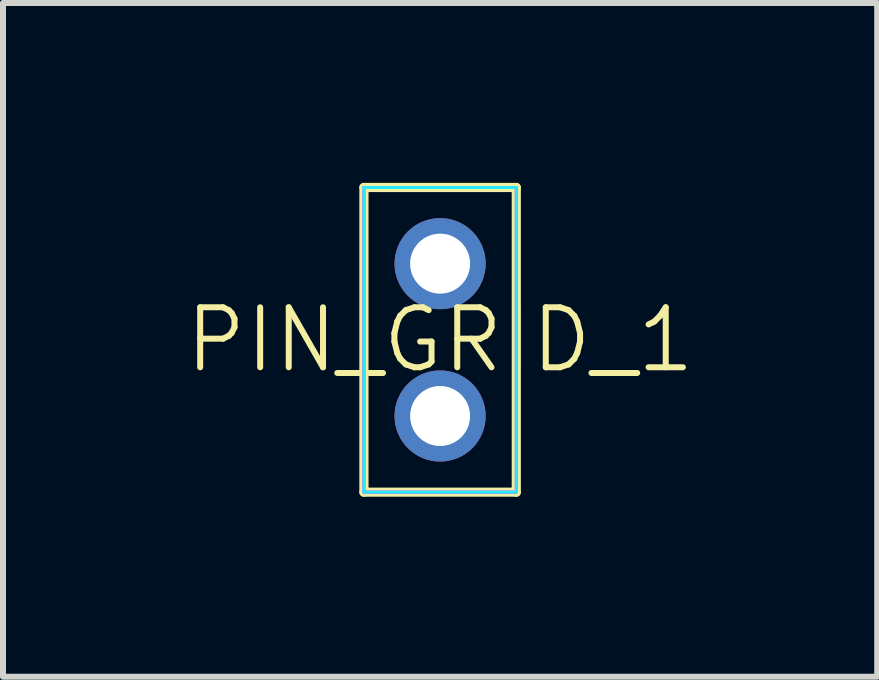
<source format=kicad_pcb>
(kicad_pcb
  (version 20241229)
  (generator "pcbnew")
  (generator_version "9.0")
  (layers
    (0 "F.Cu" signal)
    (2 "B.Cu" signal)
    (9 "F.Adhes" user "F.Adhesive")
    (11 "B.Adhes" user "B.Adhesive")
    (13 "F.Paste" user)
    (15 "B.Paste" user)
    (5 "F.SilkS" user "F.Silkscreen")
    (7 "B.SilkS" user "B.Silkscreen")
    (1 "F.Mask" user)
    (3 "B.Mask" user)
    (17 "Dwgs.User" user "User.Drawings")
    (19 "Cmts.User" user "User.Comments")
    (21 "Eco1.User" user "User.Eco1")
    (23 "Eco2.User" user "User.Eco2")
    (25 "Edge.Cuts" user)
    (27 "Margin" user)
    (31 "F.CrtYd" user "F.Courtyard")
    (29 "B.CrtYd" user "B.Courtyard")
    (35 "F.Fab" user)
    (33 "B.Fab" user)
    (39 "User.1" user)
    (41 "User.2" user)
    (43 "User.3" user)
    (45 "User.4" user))
  (footprint "PIN_GRID_1"
    (layer "F.Cu")
    (at 4.288 2.616)
    (property "Reference" "PIN_GRID_1" (at 0 0 0) (layer "F.SilkS") (effects (font (size 1 1) (thickness 0.1))))
    (fp_line (start -1.27 -2.54) (end -1.27 2.54) (stroke (width 0.153) (type solid)) (layer "F.SilkS"))
    (fp_line (start -1.27 2.54) (end 1.27 2.54) (stroke (width 0.153) (type solid)) (layer "F.SilkS"))
    (fp_line (start 1.27 -2.54) (end -1.27 -2.54) (stroke (width 0.153) (type solid)) (layer "F.SilkS"))
    (fp_line (start 1.27 2.54) (end 1.27 -2.54) (stroke (width 0.153) (type solid)) (layer "F.SilkS"))
    (fp_line (start -1.27 -2.54) (end -1.27 2.54) (stroke (width 0.05) (type solid)) (layer "B.CrtYd"))
    (fp_line (start -1.27 2.54) (end 1.27 2.54) (stroke (width 0.05) (type solid)) (layer "B.CrtYd"))
    (fp_line (start 1.27 -2.54) (end -1.27 -2.54) (stroke (width 0.05) (type solid)) (layer "B.CrtYd"))
    (fp_line (start 1.27 2.54) (end 1.27 -2.54) (stroke (width 0.05) (type solid)) (layer "B.CrtYd"))
    (fp_line (start -1.27 -2.54) (end -1.27 2.54) (stroke (width 0.05) (type solid)) (layer "F.CrtYd"))
    (fp_line (start -1.27 2.54) (end 1.27 2.54) (stroke (width 0.05) (type solid)) (layer "F.CrtYd"))
    (fp_line (start 1.27 -2.54) (end -1.27 -2.54) (stroke (width 0.05) (type solid)) (layer "F.CrtYd"))
    (fp_line (start 1.27 2.54) (end 1.27 -2.54) (stroke (width 0.05) (type solid)) (layer "F.CrtYd"))
    (pad "1" thru_hole circle (at 0 -1.27) (size 1.52 1.52) (drill 1) (layers "*.Cu" "*.Mask"))
    (pad "2" thru_hole circle (at 0 1.27) (size 1.52 1.52) (drill 1) (layers "*.Cu" "*.Mask")))
  (gr_rect
    (start -3 -3)
    (end 11.576 8.233)
    (stroke (width 0.1) (type default))
    (fill no)
    (layer "Edge.Cuts")))
</source>
